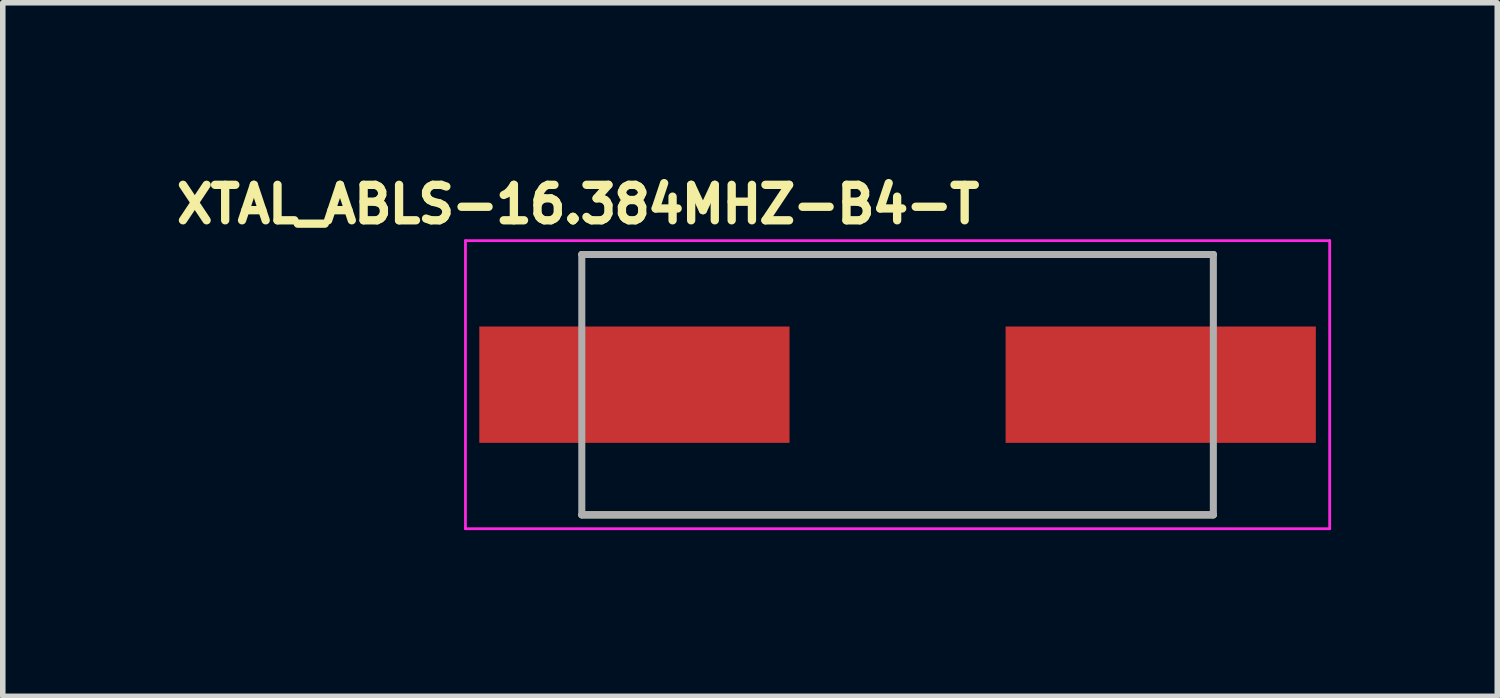
<source format=kicad_pcb>
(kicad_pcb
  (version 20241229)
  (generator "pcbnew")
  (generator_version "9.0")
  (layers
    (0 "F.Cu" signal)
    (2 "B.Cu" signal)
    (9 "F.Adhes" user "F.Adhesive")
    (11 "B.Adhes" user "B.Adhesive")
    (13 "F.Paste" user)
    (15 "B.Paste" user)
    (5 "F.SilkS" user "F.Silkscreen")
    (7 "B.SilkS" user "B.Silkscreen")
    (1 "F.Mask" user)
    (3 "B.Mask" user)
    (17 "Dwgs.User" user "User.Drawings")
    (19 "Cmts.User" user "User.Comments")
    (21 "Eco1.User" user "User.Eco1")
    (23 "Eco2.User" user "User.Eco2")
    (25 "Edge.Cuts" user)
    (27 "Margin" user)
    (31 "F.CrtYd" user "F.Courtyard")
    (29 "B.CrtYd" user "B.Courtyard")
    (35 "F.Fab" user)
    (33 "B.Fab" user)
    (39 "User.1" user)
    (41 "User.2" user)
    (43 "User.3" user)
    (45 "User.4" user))
  (footprint "XTAL_ABLS-16.384MHZ-B4-T"
    (layer "F.Cu")
    (at 13.152 3.894)
    (property "Reference" "XTAL_ABLS-16.384MHZ-B4-T" (at -5.768 -3.256 0) (layer "F.SilkS") (effects (font (size 0.64 0.64) (thickness 0.15))))
    (attr smd)
    (fp_line (start -5.7 -2.35) (end 5.7 -2.35) (stroke (width 0.127) (type solid)) (layer "F.SilkS"))
    (fp_line (start -5.7 2.35) (end 5.7 2.35) (stroke (width 0.127) (type solid)) (layer "F.SilkS"))
    (fp_line (start -7.8 -2.6) (end -7.8 2.6) (stroke (width 0.05) (type solid)) (layer "F.CrtYd"))
    (fp_line (start -7.8 2.6) (end 7.8 2.6) (stroke (width 0.05) (type solid)) (layer "F.CrtYd"))
    (fp_line (start 7.8 -2.6) (end -7.8 -2.6) (stroke (width 0.05) (type solid)) (layer "F.CrtYd"))
    (fp_line (start 7.8 2.6) (end 7.8 -2.6) (stroke (width 0.05) (type solid)) (layer "F.CrtYd"))
    (fp_line (start -5.7 -2.35) (end -5.7 2.35) (stroke (width 0.127) (type solid)) (layer "F.Fab"))
    (fp_line (start -5.7 -2.35) (end 5.7 -2.35) (stroke (width 0.127) (type solid)) (layer "F.Fab"))
    (fp_line (start -5.7 2.35) (end 5.7 2.35) (stroke (width 0.127) (type solid)) (layer "F.Fab"))
    (fp_line (start 5.7 -2.35) (end 5.7 2.35) (stroke (width 0.127) (type solid)) (layer "F.Fab"))
    (pad "1" smd rect (at -4.75 0) (size 5.6 2.1) (layers "F.Cu" "F.Mask" "F.Paste"))
    (pad "2" smd rect (at 4.75 0) (size 5.6 2.1) (layers "F.Cu" "F.Mask" "F.Paste")))
  (gr_rect
    (start -3 -3)
    (end 23.977 9.519)
    (stroke (width 0.1) (type default))
    (fill no)
    (layer "Edge.Cuts")))
</source>
